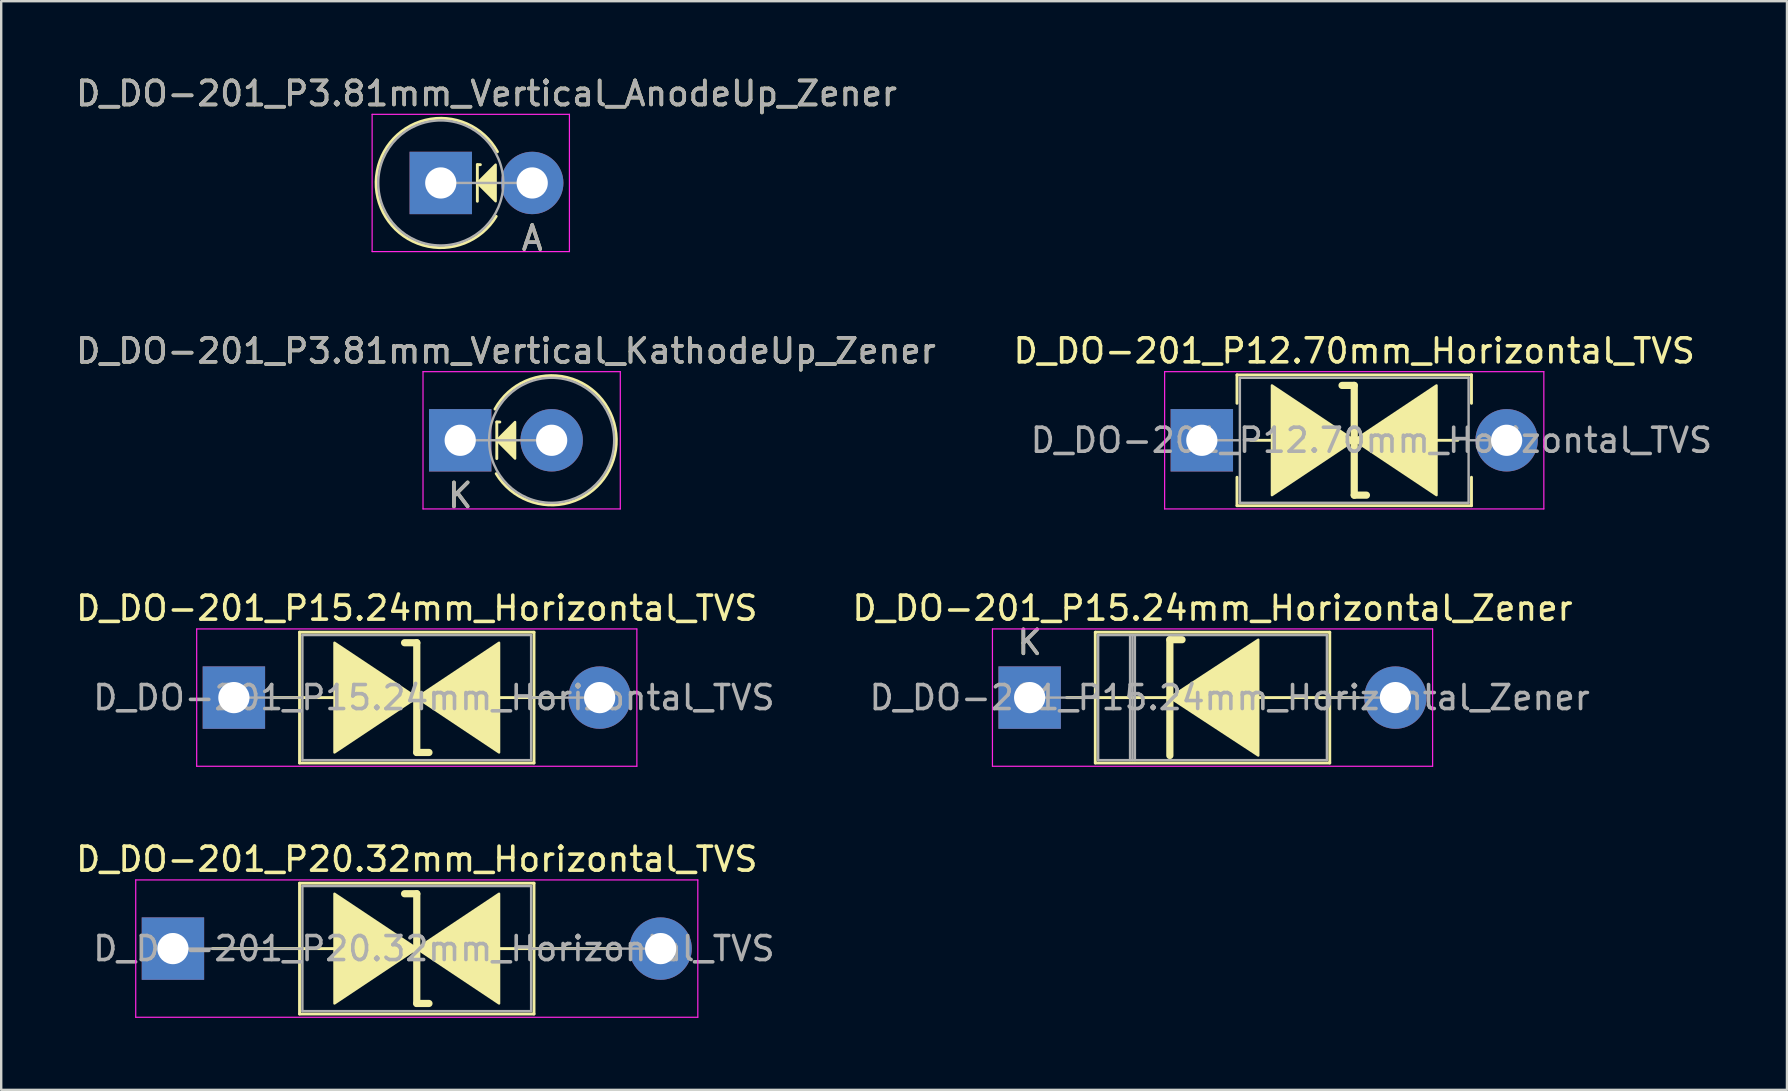
<source format=kicad_pcb>
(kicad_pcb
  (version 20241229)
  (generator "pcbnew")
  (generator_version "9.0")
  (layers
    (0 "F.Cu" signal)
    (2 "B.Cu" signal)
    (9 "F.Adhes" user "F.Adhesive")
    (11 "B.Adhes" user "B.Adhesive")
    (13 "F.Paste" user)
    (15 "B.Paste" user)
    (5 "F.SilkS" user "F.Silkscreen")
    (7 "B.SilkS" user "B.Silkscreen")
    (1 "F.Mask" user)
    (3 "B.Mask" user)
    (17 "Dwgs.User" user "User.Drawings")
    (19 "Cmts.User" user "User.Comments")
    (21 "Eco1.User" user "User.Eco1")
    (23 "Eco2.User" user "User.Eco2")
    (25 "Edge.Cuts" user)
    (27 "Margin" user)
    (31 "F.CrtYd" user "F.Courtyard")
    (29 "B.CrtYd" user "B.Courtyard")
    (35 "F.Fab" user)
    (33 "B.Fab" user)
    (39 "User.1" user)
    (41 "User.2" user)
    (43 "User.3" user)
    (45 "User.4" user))
  (footprint "D_DO-201_P3.81mm_Vertical_AnodeUp_Zener"
    (layer "F.Cu")
    (at 15.315 4.573)
    (property "Reference" "D_DO-201_P3.81mm_Vertical_AnodeUp_Zener" (at 1.905 -3.725 0) (layer "F.SilkS") (effects (font (size 1 1) (thickness 0.15))))
    (attr through_hole)
    (fp_line (start 1.524 -0.762) (end 1.524 0.762) (stroke (width 0.12) (type solid)) (layer "F.SilkS"))
    (fp_line (start 1.524 -0.762) (end 1.651 -0.762) (stroke (width 0.12) (type solid)) (layer "F.SilkS"))
    (fp_arc (start 2.30942 1.390181) (mid -2.695054 -0.052035) (end 2.361361 -1.3) (stroke (width 0.12) (type solid)) (layer "F.SilkS"))
    (fp_poly (pts (xy 2.286 0.762) (xy 1.524 0) (xy 2.286 -0.762)) (stroke (width 0.1) (type solid)) (fill yes) (layer "F.SilkS"))
    (fp_line (start -2.86 -2.86) (end -2.86 2.86) (stroke (width 0.05) (type solid)) (layer "F.CrtYd"))
    (fp_line (start -2.86 2.86) (end 5.36 2.86) (stroke (width 0.05) (type solid)) (layer "F.CrtYd"))
    (fp_line (start 5.36 -2.86) (end -2.86 -2.86) (stroke (width 0.05) (type solid)) (layer "F.CrtYd"))
    (fp_line (start 5.36 2.86) (end 5.36 -2.86) (stroke (width 0.05) (type solid)) (layer "F.CrtYd"))
    (fp_line (start 0 0) (end 3.81 0) (stroke (width 0.1) (type solid)) (layer "F.Fab"))
    (fp_circle (center 0 0) (end 2.605 0) (stroke (width 0.1) (type solid)) (fill no) (layer "F.Fab"))
    (fp_text user "A" (at 3.81 2.3 0) (layer "F.SilkS") (effects (font (size 1 1) (thickness 0.15))))
    (fp_text user "${REFERENCE}" (at 1.905 -3.725 0) (layer "F.Fab") (effects (font (size 1 1) (thickness 0.15))))
    (fp_text user "A" (at 3.81 2.3 0) (layer "F.Fab") (effects (font (size 1 1) (thickness 0.15))))
    (pad "1" thru_hole rect (at 0 0) (size 2.6 2.6) (drill 1.3) (layers "*.Cu" "*.Mask"))
    (pad "2" thru_hole oval (at 3.81 0) (size 2.6 2.6) (drill 1.3) (layers "*.Cu" "*.Mask")))
  (footprint "D_DO-201_P20.32mm_Horizontal_TVS"
    (layer "F.Cu")
    (at 4.155 36.474)
    (property "Reference" "D_DO-201_P20.32mm_Horizontal_TVS" (at 10.16 -3.725 0) (layer "F.SilkS") (effects (font (size 1 1) (thickness 0.15))))
    (attr through_hole)
    (fp_line (start 1.651 0) (end 5.275 0) (stroke (width 0.12) (type solid)) (layer "F.SilkS"))
    (fp_line (start 5.275 -2.725) (end 5.275 2.725) (stroke (width 0.12) (type solid)) (layer "F.SilkS"))
    (fp_line (start 5.275 0) (end 6.731 0) (stroke (width 0.12) (type solid)) (layer "F.SilkS"))
    (fp_line (start 5.275 2.725) (end 15.045 2.725) (stroke (width 0.12) (type solid)) (layer "F.SilkS"))
    (fp_line (start 10.16 -2.286) (end 9.652 -2.286) (stroke (width 0.3) (type solid)) (layer "F.SilkS"))
    (fp_line (start 10.16 2.286) (end 10.16 -2.286) (stroke (width 0.3) (type solid)) (layer "F.SilkS"))
    (fp_line (start 10.668 2.286) (end 10.16 2.286) (stroke (width 0.3) (type solid)) (layer "F.SilkS"))
    (fp_line (start 13.589 0) (end 15.045 0) (stroke (width 0.12) (type solid)) (layer "F.SilkS"))
    (fp_line (start 15.045 -2.725) (end 5.275 -2.725) (stroke (width 0.12) (type solid)) (layer "F.SilkS"))
    (fp_line (start 15.045 2.725) (end 15.045 -2.725) (stroke (width 0.12) (type solid)) (layer "F.SilkS"))
    (fp_line (start 18.669 0) (end 15.045 0) (stroke (width 0.12) (type solid)) (layer "F.SilkS"))
    (fp_poly (pts (xy 10.16 0) (xy 6.731 2.286) (xy 6.731 -2.286)) (stroke (width 0.1) (type solid)) (fill yes) (layer "F.SilkS"))
    (fp_poly (pts (xy 10.16 0) (xy 13.589 -2.286) (xy 13.589 2.286)) (stroke (width 0.1) (type solid)) (fill yes) (layer "F.SilkS"))
    (fp_line (start -1.55 -2.86) (end -1.55 2.86) (stroke (width 0.05) (type solid)) (layer "F.CrtYd"))
    (fp_line (start -1.55 2.86) (end 21.87 2.86) (stroke (width 0.05) (type solid)) (layer "F.CrtYd"))
    (fp_line (start 21.87 -2.86) (end -1.55 -2.86) (stroke (width 0.05) (type solid)) (layer "F.CrtYd"))
    (fp_line (start 21.87 2.86) (end 21.87 -2.86) (stroke (width 0.05) (type solid)) (layer "F.CrtYd"))
    (fp_line (start 0 0) (end 5.395 0) (stroke (width 0.1) (type solid)) (layer "F.Fab"))
    (fp_line (start 5.395 -2.605) (end 5.395 2.605) (stroke (width 0.1) (type solid)) (layer "F.Fab"))
    (fp_line (start 5.395 2.605) (end 14.925 2.605) (stroke (width 0.1) (type solid)) (layer "F.Fab"))
    (fp_line (start 14.925 -2.605) (end 5.395 -2.605) (stroke (width 0.1) (type solid)) (layer "F.Fab"))
    (fp_line (start 14.925 2.605) (end 14.925 -2.605) (stroke (width 0.1) (type solid)) (layer "F.Fab"))
    (fp_line (start 20.32 0) (end 14.925 0) (stroke (width 0.1) (type solid)) (layer "F.Fab"))
    (fp_text user "${REFERENCE}" (at 10.875 0 0) (layer "F.Fab") (effects (font (size 1 1) (thickness 0.15))))
    (pad "1" thru_hole rect (at 0 0) (size 2.6 2.6) (drill 1.3) (layers "*.Cu" "*.Mask"))
    (pad "2" thru_hole oval (at 20.32 0) (size 2.6 2.6) (drill 1.3) (layers "*.Cu" "*.Mask")))
  (footprint "D_DO-201_P15.24mm_Horizontal_Zener"
    (layer "F.Cu")
    (at 39.851 26.016)
    (property "Reference" "D_DO-201_P15.24mm_Horizontal_Zener" (at 7.62 -3.725 0) (layer "F.SilkS") (effects (font (size 1 1) (thickness 0.15))))
    (attr through_hole)
    (fp_line (start 1.54 0) (end 2.735 0) (stroke (width 0.12) (type solid)) (layer "F.SilkS"))
    (fp_line (start 2.735 -2.725) (end 2.735 2.725) (stroke (width 0.12) (type solid)) (layer "F.SilkS"))
    (fp_line (start 2.735 2.725) (end 12.505 2.725) (stroke (width 0.12) (type solid)) (layer "F.SilkS"))
    (fp_line (start 5.842 -2.413) (end 5.842 2.413) (stroke (width 0.3) (type solid)) (layer "F.SilkS"))
    (fp_line (start 5.842 -2.413) (end 6.35 -2.413) (stroke (width 0.3) (type solid)) (layer "F.SilkS"))
    (fp_line (start 5.842 0) (end 2.735 0) (stroke (width 0.12) (type solid)) (layer "F.SilkS"))
    (fp_line (start 9.525 0) (end 12.505 0) (stroke (width 0.12) (type solid)) (layer "F.SilkS"))
    (fp_line (start 12.505 -2.725) (end 2.735 -2.725) (stroke (width 0.12) (type solid)) (layer "F.SilkS"))
    (fp_line (start 12.505 2.725) (end 12.505 -2.725) (stroke (width 0.12) (type solid)) (layer "F.SilkS"))
    (fp_line (start 13.7 0) (end 12.505 0) (stroke (width 0.12) (type solid)) (layer "F.SilkS"))
    (fp_poly (pts (xy 9.525 2.413) (xy 5.842 0) (xy 9.525 -2.413)) (stroke (width 0.1) (type solid)) (fill yes) (layer "F.SilkS"))
    (fp_line (start -1.55 -2.86) (end -1.55 2.86) (stroke (width 0.05) (type solid)) (layer "F.CrtYd"))
    (fp_line (start -1.55 2.86) (end 16.79 2.86) (stroke (width 0.05) (type solid)) (layer "F.CrtYd"))
    (fp_line (start 16.79 -2.86) (end -1.55 -2.86) (stroke (width 0.05) (type solid)) (layer "F.CrtYd"))
    (fp_line (start 16.79 2.86) (end 16.79 -2.86) (stroke (width 0.05) (type solid)) (layer "F.CrtYd"))
    (fp_line (start 0 0) (end 2.855 0) (stroke (width 0.1) (type solid)) (layer "F.Fab"))
    (fp_line (start 2.855 -2.605) (end 2.855 2.605) (stroke (width 0.1) (type solid)) (layer "F.Fab"))
    (fp_line (start 2.855 2.605) (end 12.385 2.605) (stroke (width 0.1) (type solid)) (layer "F.Fab"))
    (fp_line (start 4.184 -2.605) (end 4.184 2.605) (stroke (width 0.1) (type solid)) (layer "F.Fab"))
    (fp_line (start 4.285 -2.605) (end 4.285 2.605) (stroke (width 0.1) (type solid)) (layer "F.Fab"))
    (fp_line (start 4.385 -2.605) (end 4.385 2.605) (stroke (width 0.1) (type solid)) (layer "F.Fab"))
    (fp_line (start 12.385 -2.605) (end 2.855 -2.605) (stroke (width 0.1) (type solid)) (layer "F.Fab"))
    (fp_line (start 12.385 2.605) (end 12.385 -2.605) (stroke (width 0.1) (type solid)) (layer "F.Fab"))
    (fp_line (start 15.24 0) (end 12.385 0) (stroke (width 0.1) (type solid)) (layer "F.Fab"))
    (fp_text user "K" (at 0 -2.3 0) (layer "F.SilkS") (effects (font (size 1 1) (thickness 0.15))))
    (fp_text user "${REFERENCE}" (at 8.335 0 0) (layer "F.Fab") (effects (font (size 1 1) (thickness 0.15))))
    (fp_text user "K" (at 0 -2.3 0) (layer "F.Fab") (effects (font (size 1 1) (thickness 0.15))))
    (pad "1" thru_hole rect (at 0 0) (size 2.6 2.6) (drill 1.3) (layers "*.Cu" "*.Mask"))
    (pad "2" thru_hole oval (at 15.24 0) (size 2.6 2.6) (drill 1.3) (layers "*.Cu" "*.Mask")))
  (footprint "D_DO-201_P12.70mm_Horizontal_TVS"
    (layer "F.Cu")
    (at 47.025 15.295)
    (property "Reference" "D_DO-201_P12.70mm_Horizontal_TVS" (at 6.35 -3.725 0) (layer "F.SilkS") (effects (font (size 1 1) (thickness 0.15))))
    (attr through_hole)
    (fp_line (start 1.465 -2.725) (end 11.235 -2.725) (stroke (width 0.12) (type solid)) (layer "F.SilkS"))
    (fp_line (start 1.465 -1.54) (end 1.465 -2.725) (stroke (width 0.12) (type solid)) (layer "F.SilkS"))
    (fp_line (start 1.465 1.54) (end 1.465 2.725) (stroke (width 0.12) (type solid)) (layer "F.SilkS"))
    (fp_line (start 1.465 2.725) (end 11.235 2.725) (stroke (width 0.12) (type solid)) (layer "F.SilkS"))
    (fp_line (start 2.032 0) (end 2.921 0) (stroke (width 0.12) (type solid)) (layer "F.SilkS"))
    (fp_line (start 6.35 -2.286) (end 5.842 -2.286) (stroke (width 0.3) (type solid)) (layer "F.SilkS"))
    (fp_line (start 6.35 2.286) (end 6.35 -2.286) (stroke (width 0.3) (type solid)) (layer "F.SilkS"))
    (fp_line (start 6.858 2.286) (end 6.35 2.286) (stroke (width 0.3) (type solid)) (layer "F.SilkS"))
    (fp_line (start 9.779 0) (end 10.668 0) (stroke (width 0.12) (type solid)) (layer "F.SilkS"))
    (fp_line (start 11.235 -2.725) (end 11.235 -1.54) (stroke (width 0.12) (type solid)) (layer "F.SilkS"))
    (fp_line (start 11.235 2.725) (end 11.235 1.54) (stroke (width 0.12) (type solid)) (layer "F.SilkS"))
    (fp_poly (pts (xy 6.35 0) (xy 2.921 2.286) (xy 2.921 -2.286)) (stroke (width 0.1) (type solid)) (fill yes) (layer "F.SilkS"))
    (fp_poly (pts (xy 6.35 0) (xy 9.779 -2.286) (xy 9.779 2.286)) (stroke (width 0.1) (type solid)) (fill yes) (layer "F.SilkS"))
    (fp_line (start -1.55 -2.86) (end -1.55 2.86) (stroke (width 0.05) (type solid)) (layer "F.CrtYd"))
    (fp_line (start -1.55 2.86) (end 14.25 2.86) (stroke (width 0.05) (type solid)) (layer "F.CrtYd"))
    (fp_line (start 14.25 -2.86) (end -1.55 -2.86) (stroke (width 0.05) (type solid)) (layer "F.CrtYd"))
    (fp_line (start 14.25 2.86) (end 14.25 -2.86) (stroke (width 0.05) (type solid)) (layer "F.CrtYd"))
    (fp_line (start 0 0) (end 1.585 0) (stroke (width 0.1) (type solid)) (layer "F.Fab"))
    (fp_line (start 1.585 -2.605) (end 1.585 2.605) (stroke (width 0.1) (type solid)) (layer "F.Fab"))
    (fp_line (start 1.585 2.605) (end 11.115 2.605) (stroke (width 0.1) (type solid)) (layer "F.Fab"))
    (fp_line (start 11.115 -2.605) (end 1.585 -2.605) (stroke (width 0.1) (type solid)) (layer "F.Fab"))
    (fp_line (start 11.115 2.605) (end 11.115 -2.605) (stroke (width 0.1) (type solid)) (layer "F.Fab"))
    (fp_line (start 12.7 0) (end 11.115 0) (stroke (width 0.1) (type solid)) (layer "F.Fab"))
    (fp_text user "${REFERENCE}" (at 7.065 0 0) (layer "F.Fab") (effects (font (size 1 1) (thickness 0.15))))
    (pad "1" thru_hole rect (at 0 0) (size 2.6 2.6) (drill 1.3) (layers "*.Cu" "*.Mask"))
    (pad "2" thru_hole oval (at 12.7 0) (size 2.6 2.6) (drill 1.3) (layers "*.Cu" "*.Mask")))
  (footprint "D_DO-201_P15.24mm_Horizontal_TVS"
    (layer "F.Cu")
    (at 6.695 26.016)
    (property "Reference" "D_DO-201_P15.24mm_Horizontal_TVS" (at 7.62 -3.725 0) (layer "F.SilkS") (effects (font (size 1 1) (thickness 0.15))))
    (attr through_hole)
    (fp_line (start 1.54 0) (end 2.735 0) (stroke (width 0.12) (type solid)) (layer "F.SilkS"))
    (fp_line (start 2.735 -2.725) (end 2.735 2.725) (stroke (width 0.12) (type solid)) (layer "F.SilkS"))
    (fp_line (start 2.735 0) (end 4.191 0) (stroke (width 0.12) (type solid)) (layer "F.SilkS"))
    (fp_line (start 2.735 2.725) (end 12.505 2.725) (stroke (width 0.12) (type solid)) (layer "F.SilkS"))
    (fp_line (start 7.62 -2.286) (end 7.112 -2.286) (stroke (width 0.3) (type solid)) (layer "F.SilkS"))
    (fp_line (start 7.62 2.286) (end 7.62 -2.286) (stroke (width 0.3) (type solid)) (layer "F.SilkS"))
    (fp_line (start 8.128 2.286) (end 7.62 2.286) (stroke (width 0.3) (type solid)) (layer "F.SilkS"))
    (fp_line (start 11.049 0) (end 12.505 0) (stroke (width 0.12) (type solid)) (layer "F.SilkS"))
    (fp_line (start 12.505 -2.725) (end 2.735 -2.725) (stroke (width 0.12) (type solid)) (layer "F.SilkS"))
    (fp_line (start 12.505 2.725) (end 12.505 -2.725) (stroke (width 0.12) (type solid)) (layer "F.SilkS"))
    (fp_line (start 13.7 0) (end 12.505 0) (stroke (width 0.12) (type solid)) (layer "F.SilkS"))
    (fp_poly (pts (xy 7.62 0) (xy 4.191 2.286) (xy 4.191 -2.286)) (stroke (width 0.1) (type solid)) (fill yes) (layer "F.SilkS"))
    (fp_poly (pts (xy 7.62 0) (xy 11.049 -2.286) (xy 11.049 2.286)) (stroke (width 0.1) (type solid)) (fill yes) (layer "F.SilkS"))
    (fp_line (start -1.55 -2.86) (end -1.55 2.86) (stroke (width 0.05) (type solid)) (layer "F.CrtYd"))
    (fp_line (start -1.55 2.86) (end 16.79 2.86) (stroke (width 0.05) (type solid)) (layer "F.CrtYd"))
    (fp_line (start 16.79 -2.86) (end -1.55 -2.86) (stroke (width 0.05) (type solid)) (layer "F.CrtYd"))
    (fp_line (start 16.79 2.86) (end 16.79 -2.86) (stroke (width 0.05) (type solid)) (layer "F.CrtYd"))
    (fp_line (start 0 0) (end 2.855 0) (stroke (width 0.1) (type solid)) (layer "F.Fab"))
    (fp_line (start 2.855 -2.605) (end 2.855 2.605) (stroke (width 0.1) (type solid)) (layer "F.Fab"))
    (fp_line (start 2.855 2.605) (end 12.385 2.605) (stroke (width 0.1) (type solid)) (layer "F.Fab"))
    (fp_line (start 12.385 -2.605) (end 2.855 -2.605) (stroke (width 0.1) (type solid)) (layer "F.Fab"))
    (fp_line (start 12.385 2.605) (end 12.385 -2.605) (stroke (width 0.1) (type solid)) (layer "F.Fab"))
    (fp_line (start 15.24 0) (end 12.385 0) (stroke (width 0.1) (type solid)) (layer "F.Fab"))
    (fp_text user "${REFERENCE}" (at 8.335 0 0) (layer "F.Fab") (effects (font (size 1 1) (thickness 0.15))))
    (pad "1" thru_hole rect (at 0 0) (size 2.6 2.6) (drill 1.3) (layers "*.Cu" "*.Mask"))
    (pad "2" thru_hole oval (at 15.24 0) (size 2.6 2.6) (drill 1.3) (layers "*.Cu" "*.Mask")))
  (footprint "D_DO-201_P3.81mm_Vertical_KathodeUp_Zener"
    (layer "F.Cu")
    (at 16.125 15.295)
    (property "Reference" "D_DO-201_P3.81mm_Vertical_KathodeUp_Zener" (at 1.905 -3.725 0) (layer "F.SilkS") (effects (font (size 1 1) (thickness 0.15))))
    (attr through_hole)
    (fp_line (start 1.524 -0.762) (end 1.524 0.762) (stroke (width 0.12) (type solid)) (layer "F.SilkS"))
    (fp_line (start 1.524 -0.762) (end 1.651 -0.762) (stroke (width 0.12) (type solid)) (layer "F.SilkS"))
    (fp_arc (start 1.448639 -1.3) (mid 6.505054 -0.052035) (end 1.50058 1.390181) (stroke (width 0.12) (type solid)) (layer "F.SilkS"))
    (fp_poly (pts (xy 2.286 0.762) (xy 1.524 0) (xy 2.286 -0.762)) (stroke (width 0.1) (type solid)) (fill yes) (layer "F.SilkS"))
    (fp_line (start -1.55 -2.86) (end -1.55 2.86) (stroke (width 0.05) (type solid)) (layer "F.CrtYd"))
    (fp_line (start -1.55 2.86) (end 6.67 2.86) (stroke (width 0.05) (type solid)) (layer "F.CrtYd"))
    (fp_line (start 6.67 -2.86) (end -1.55 -2.86) (stroke (width 0.05) (type solid)) (layer "F.CrtYd"))
    (fp_line (start 6.67 2.86) (end 6.67 -2.86) (stroke (width 0.05) (type solid)) (layer "F.CrtYd"))
    (fp_line (start 0 0) (end 3.81 0) (stroke (width 0.1) (type solid)) (layer "F.Fab"))
    (fp_circle (center 3.81 0) (end 6.415 0) (stroke (width 0.1) (type solid)) (fill no) (layer "F.Fab"))
    (fp_text user "K" (at 0 2.3 0) (layer "F.SilkS") (effects (font (size 1 1) (thickness 0.15))))
    (fp_text user "${REFERENCE}" (at 1.905 -3.725 0) (layer "F.Fab") (effects (font (size 1 1) (thickness 0.15))))
    (fp_text user "K" (at 0 2.3 0) (layer "F.Fab") (effects (font (size 1 1) (thickness 0.15))))
    (pad "1" thru_hole rect (at 0 0) (size 2.6 2.6) (drill 1.3) (layers "*.Cu" "*.Mask"))
    (pad "2" thru_hole oval (at 3.81 0) (size 2.6 2.6) (drill 1.3) (layers "*.Cu" "*.Mask")))
  (gr_rect
    (start -3 -3)
    (end 71.405 42.359)
    (stroke (width 0.1) (type default))
    (fill no)
    (layer "Edge.Cuts")))
</source>
